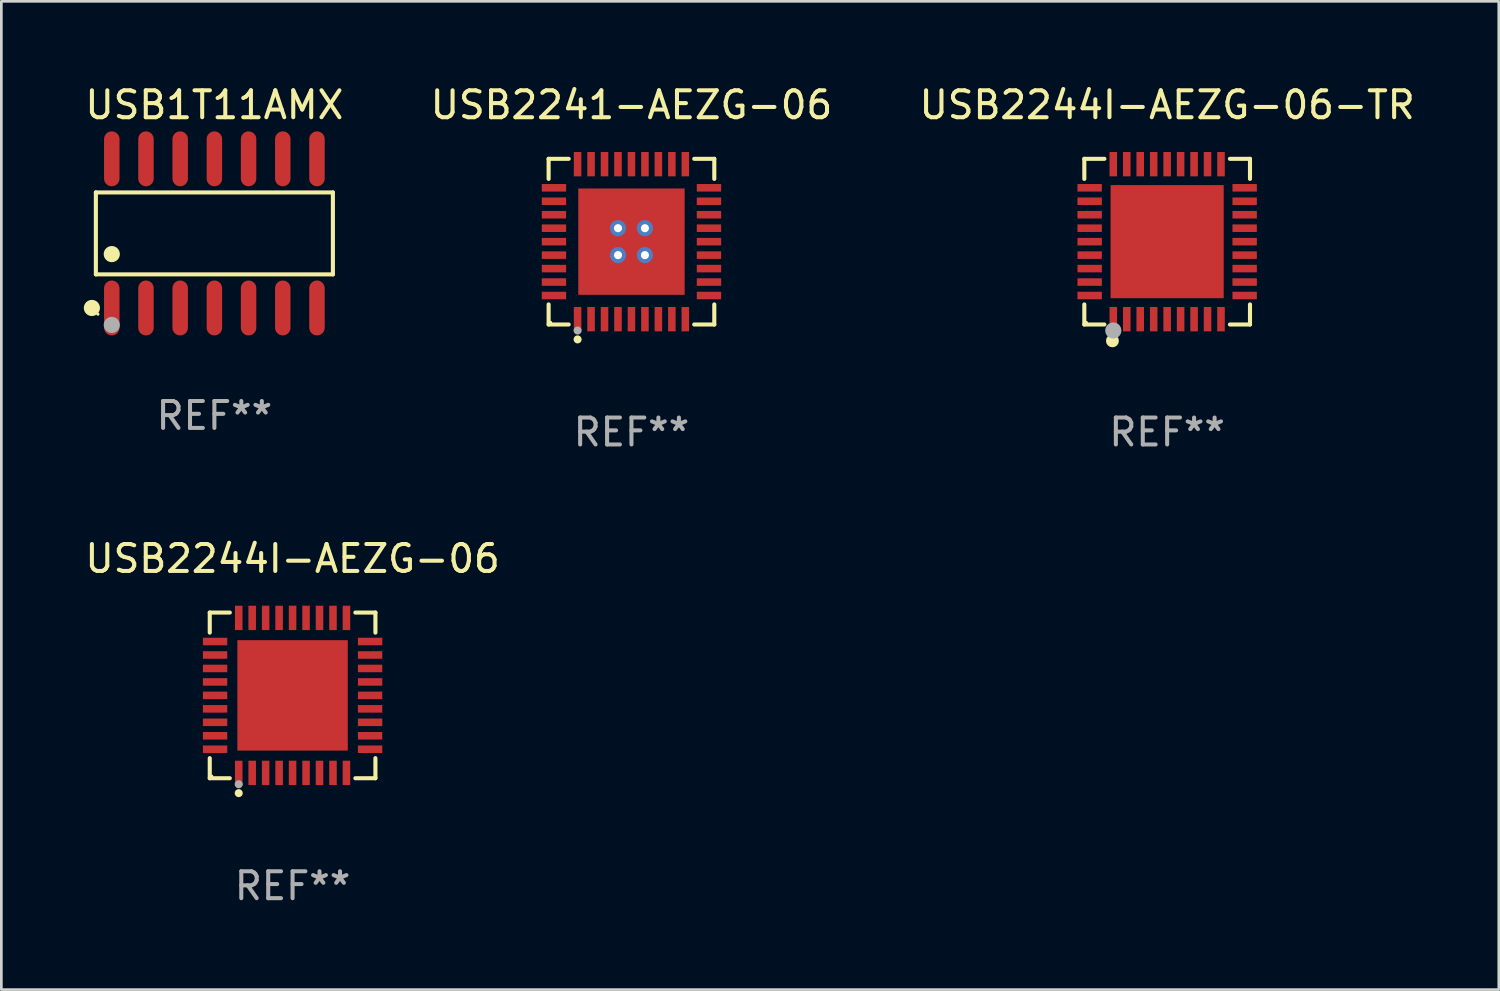
<source format=kicad_pcb>
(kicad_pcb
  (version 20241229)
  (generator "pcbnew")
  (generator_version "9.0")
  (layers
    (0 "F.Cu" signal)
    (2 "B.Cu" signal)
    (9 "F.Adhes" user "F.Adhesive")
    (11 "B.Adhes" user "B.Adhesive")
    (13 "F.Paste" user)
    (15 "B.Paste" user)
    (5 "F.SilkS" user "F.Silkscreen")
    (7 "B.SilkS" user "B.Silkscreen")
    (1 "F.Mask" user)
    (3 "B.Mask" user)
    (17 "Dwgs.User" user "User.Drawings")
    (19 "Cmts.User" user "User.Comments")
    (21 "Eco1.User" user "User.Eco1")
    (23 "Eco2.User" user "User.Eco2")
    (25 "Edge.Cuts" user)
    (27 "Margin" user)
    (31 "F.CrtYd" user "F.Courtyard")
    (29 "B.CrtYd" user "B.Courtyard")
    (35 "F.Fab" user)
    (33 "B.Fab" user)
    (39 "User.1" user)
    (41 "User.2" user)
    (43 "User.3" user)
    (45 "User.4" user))
  (footprint "USB2244I-AEZG-06"
    (layer "F.Cu")
    (at 7.815 22.773)
    (property "Reference" "USB2244I-AEZG-06" (at 0 -5.076 0) (layer "F.SilkS") (effects (font (size 1 1) (thickness 0.15))))
    (attr through_hole)
    (fp_line (start -3.076 -3.076) (end -2.331 -3.076) (stroke (width 0.152) (type solid)) (layer "F.SilkS"))
    (fp_line (start -3.076 -2.331) (end -3.076 -3.076) (stroke (width 0.152) (type solid)) (layer "F.SilkS"))
    (fp_line (start -3.076 2.331) (end -3.076 3.076) (stroke (width 0.152) (type solid)) (layer "F.SilkS"))
    (fp_line (start -3.076 3.076) (end -2.331 3.076) (stroke (width 0.152) (type solid)) (layer "F.SilkS"))
    (fp_line (start 3.076 -3.076) (end 2.331 -3.076) (stroke (width 0.152) (type solid)) (layer "F.SilkS"))
    (fp_line (start 3.076 -2.331) (end 3.076 -3.076) (stroke (width 0.152) (type solid)) (layer "F.SilkS"))
    (fp_line (start 3.076 2.331) (end 3.076 3.076) (stroke (width 0.152) (type solid)) (layer "F.SilkS"))
    (fp_line (start 3.076 3.076) (end 2.331 3.076) (stroke (width 0.152) (type solid)) (layer "F.SilkS"))
    (fp_circle (center -3 3) (end -2.97 3) (stroke (width 0.06) (type solid)) (fill no) (layer "F.SilkS"))
    (fp_circle (center -2 3.63) (end -1.925 3.63) (stroke (width 0.15) (type solid)) (fill no) (layer "F.SilkS"))
    (fp_circle (center -2 3.3) (end -1.925 3.3) (stroke (width 0.15) (type solid)) (fill no) (layer "F.Fab"))
    (fp_text user "REF**" (at 0 7.076 0) (layer "F.Fab") (effects (font (size 1 1) (thickness 0.15))))
    (pad "1" smd rect (at -2 2.878) (size 0.28 0.905) (layers "F.Cu" "F.Mask" "F.Paste"))
    (pad "2" smd rect (at -1.5 2.878) (size 0.28 0.905) (layers "F.Cu" "F.Mask" "F.Paste"))
    (pad "3" smd rect (at -1 2.878) (size 0.28 0.905) (layers "F.Cu" "F.Mask" "F.Paste"))
    (pad "4" smd rect (at -0.5 2.878) (size 0.28 0.905) (layers "F.Cu" "F.Mask" "F.Paste"))
    (pad "5" smd rect (at 0 2.878) (size 0.28 0.905) (layers "F.Cu" "F.Mask" "F.Paste"))
    (pad "6" smd rect (at 0.5 2.878) (size 0.28 0.905) (layers "F.Cu" "F.Mask" "F.Paste"))
    (pad "7" smd rect (at 1 2.878) (size 0.28 0.905) (layers "F.Cu" "F.Mask" "F.Paste"))
    (pad "8" smd rect (at 1.5 2.878) (size 0.28 0.905) (layers "F.Cu" "F.Mask" "F.Paste"))
    (pad "9" smd rect (at 2 2.878) (size 0.28 0.905) (layers "F.Cu" "F.Mask" "F.Paste"))
    (pad "10" smd rect (at 2.878 2) (size 0.905 0.28) (layers "F.Cu" "F.Mask" "F.Paste"))
    (pad "11" smd rect (at 2.878 1.5) (size 0.905 0.28) (layers "F.Cu" "F.Mask" "F.Paste"))
    (pad "12" smd rect (at 2.878 1) (size 0.905 0.28) (layers "F.Cu" "F.Mask" "F.Paste"))
    (pad "13" smd rect (at 2.878 0.5) (size 0.905 0.28) (layers "F.Cu" "F.Mask" "F.Paste"))
    (pad "14" smd rect (at 2.878 0) (size 0.905 0.28) (layers "F.Cu" "F.Mask" "F.Paste"))
    (pad "15" smd rect (at 2.878 -0.5) (size 0.905 0.28) (layers "F.Cu" "F.Mask" "F.Paste"))
    (pad "16" smd rect (at 2.878 -1) (size 0.905 0.28) (layers "F.Cu" "F.Mask" "F.Paste"))
    (pad "17" smd rect (at 2.878 -1.5) (size 0.905 0.28) (layers "F.Cu" "F.Mask" "F.Paste"))
    (pad "18" smd rect (at 2.878 -2) (size 0.905 0.28) (layers "F.Cu" "F.Mask" "F.Paste"))
    (pad "19" smd rect (at 2 -2.878) (size 0.28 0.905) (layers "F.Cu" "F.Mask" "F.Paste"))
    (pad "20" smd rect (at 1.5 -2.878) (size 0.28 0.905) (layers "F.Cu" "F.Mask" "F.Paste"))
    (pad "21" smd rect (at 1 -2.878) (size 0.28 0.905) (layers "F.Cu" "F.Mask" "F.Paste"))
    (pad "22" smd rect (at 0.5 -2.878) (size 0.28 0.905) (layers "F.Cu" "F.Mask" "F.Paste"))
    (pad "23" smd rect (at 0 -2.878) (size 0.28 0.905) (layers "F.Cu" "F.Mask" "F.Paste"))
    (pad "24" smd rect (at -0.5 -2.878) (size 0.28 0.905) (layers "F.Cu" "F.Mask" "F.Paste"))
    (pad "25" smd rect (at -1 -2.878) (size 0.28 0.905) (layers "F.Cu" "F.Mask" "F.Paste"))
    (pad "26" smd rect (at -1.5 -2.878) (size 0.28 0.905) (layers "F.Cu" "F.Mask" "F.Paste"))
    (pad "27" smd rect (at -2 -2.878) (size 0.28 0.905) (layers "F.Cu" "F.Mask" "F.Paste"))
    (pad "28" smd rect (at -2.878 -2) (size 0.905 0.28) (layers "F.Cu" "F.Mask" "F.Paste"))
    (pad "29" smd rect (at -2.878 -1.5) (size 0.905 0.28) (layers "F.Cu" "F.Mask" "F.Paste"))
    (pad "30" smd rect (at -2.878 -1) (size 0.905 0.28) (layers "F.Cu" "F.Mask" "F.Paste"))
    (pad "31" smd rect (at -2.878 -0.5) (size 0.905 0.28) (layers "F.Cu" "F.Mask" "F.Paste"))
    (pad "32" smd rect (at -2.878 0) (size 0.905 0.28) (layers "F.Cu" "F.Mask" "F.Paste"))
    (pad "33" smd rect (at -2.878 0.5) (size 0.905 0.28) (layers "F.Cu" "F.Mask" "F.Paste"))
    (pad "34" smd rect (at -2.878 1) (size 0.905 0.28) (layers "F.Cu" "F.Mask" "F.Paste"))
    (pad "35" smd rect (at -2.878 1.5) (size 0.905 0.28) (layers "F.Cu" "F.Mask" "F.Paste"))
    (pad "36" smd rect (at -2.878 2) (size 0.905 0.28) (layers "F.Cu" "F.Mask" "F.Paste"))
    (pad "37" smd rect (at 0 0) (size 4.1 4.1) (layers "F.Cu" "F.Mask" "F.Paste")))
  (footprint "USB1T11AMX"
    (layer "F.Cu")
    (at 4.911 5.617)
    (property "Reference" "USB1T11AMX" (at 0 -4.769 0) (layer "F.SilkS") (effects (font (size 1 1) (thickness 0.15))))
    (attr through_hole)
    (fp_line (start -4.401 -1.521) (end 4.401 -1.521) (stroke (width 0.152) (type solid)) (layer "F.SilkS"))
    (fp_line (start -4.401 1.521) (end -4.401 -1.521) (stroke (width 0.152) (type solid)) (layer "F.SilkS"))
    (fp_line (start 4.401 -1.521) (end 4.401 1.521) (stroke (width 0.152) (type solid)) (layer "F.SilkS"))
    (fp_line (start 4.401 1.521) (end -4.401 1.521) (stroke (width 0.152) (type solid)) (layer "F.SilkS"))
    (fp_circle (center -4.549 2.769) (end -4.399 2.769) (stroke (width 0.3) (type solid)) (fill no) (layer "F.SilkS"))
    (fp_circle (center -4.325 3) (end -4.295 3) (stroke (width 0.06) (type solid)) (fill no) (layer "F.SilkS"))
    (fp_circle (center -3.81 0.769) (end -3.66 0.769) (stroke (width 0.3) (type solid)) (fill no) (layer "F.SilkS"))
    (fp_circle (center -3.81 3.4) (end -3.66 3.4) (stroke (width 0.3) (type solid)) (fill no) (layer "F.Fab"))
    (fp_text user "REF**" (at 0 6.769 0) (layer "F.Fab") (effects (font (size 1 1) (thickness 0.15))))
    (pad "1" smd oval (at -3.81 2.769) (size 0.574 2.038) (layers "F.Cu" "F.Mask" "F.Paste"))
    (pad "2" smd oval (at -2.54 2.769) (size 0.574 2.038) (layers "F.Cu" "F.Mask" "F.Paste"))
    (pad "3" smd oval (at -1.27 2.769) (size 0.574 2.038) (layers "F.Cu" "F.Mask" "F.Paste"))
    (pad "4" smd oval (at 0 2.769) (size 0.574 2.038) (layers "F.Cu" "F.Mask" "F.Paste"))
    (pad "5" smd oval (at 1.27 2.769) (size 0.574 2.038) (layers "F.Cu" "F.Mask" "F.Paste"))
    (pad "6" smd oval (at 2.54 2.769) (size 0.574 2.038) (layers "F.Cu" "F.Mask" "F.Paste"))
    (pad "7" smd oval (at 3.81 2.769) (size 0.574 2.038) (layers "F.Cu" "F.Mask" "F.Paste"))
    (pad "8" smd oval (at 3.81 -2.769) (size 0.574 2.038) (layers "F.Cu" "F.Mask" "F.Paste"))
    (pad "9" smd oval (at 2.54 -2.769) (size 0.574 2.038) (layers "F.Cu" "F.Mask" "F.Paste"))
    (pad "10" smd oval (at 1.27 -2.769) (size 0.574 2.038) (layers "F.Cu" "F.Mask" "F.Paste"))
    (pad "11" smd oval (at 0 -2.769) (size 0.574 2.038) (layers "F.Cu" "F.Mask" "F.Paste"))
    (pad "12" smd oval (at -1.27 -2.769) (size 0.574 2.038) (layers "F.Cu" "F.Mask" "F.Paste"))
    (pad "13" smd oval (at -2.54 -2.769) (size 0.574 2.038) (layers "F.Cu" "F.Mask" "F.Paste"))
    (pad "14" smd oval (at -3.81 -2.769) (size 0.574 2.038) (layers "F.Cu" "F.Mask" "F.Paste")))
  (footprint "USB2244I-AEZG-06-TR"
    (layer "F.Cu")
    (at 40.292 5.924)
    (property "Reference" "USB2244I-AEZG-06-TR" (at 0 -5.076 0) (layer "F.SilkS") (effects (font (size 1 1) (thickness 0.15))))
    (attr through_hole)
    (fp_line (start -3.076 -3.076) (end -2.331 -3.076) (stroke (width 0.152) (type solid)) (layer "F.SilkS"))
    (fp_line (start -3.076 -2.331) (end -3.076 -3.076) (stroke (width 0.152) (type solid)) (layer "F.SilkS"))
    (fp_line (start -3.076 2.331) (end -3.076 3.076) (stroke (width 0.152) (type solid)) (layer "F.SilkS"))
    (fp_line (start -3.076 3.076) (end -2.331 3.076) (stroke (width 0.152) (type solid)) (layer "F.SilkS"))
    (fp_line (start 3.076 -3.076) (end 2.331 -3.076) (stroke (width 0.152) (type solid)) (layer "F.SilkS"))
    (fp_line (start 3.076 -2.331) (end 3.076 -3.076) (stroke (width 0.152) (type solid)) (layer "F.SilkS"))
    (fp_line (start 3.076 2.331) (end 3.076 3.076) (stroke (width 0.152) (type solid)) (layer "F.SilkS"))
    (fp_line (start 3.076 3.076) (end 2.331 3.076) (stroke (width 0.152) (type solid)) (layer "F.SilkS"))
    (fp_circle (center -3 3) (end -2.97 3) (stroke (width 0.06) (type solid)) (fill no) (layer "F.SilkS"))
    (fp_circle (center -2.032 3.683) (end -1.912 3.683) (stroke (width 0.24) (type solid)) (fill no) (layer "F.SilkS"))
    (fp_circle (center -2 3.3) (end -1.85 3.3) (stroke (width 0.3) (type solid)) (fill no) (layer "F.Fab"))
    (fp_text user "REF**" (at 0 7.076 0) (layer "F.Fab") (effects (font (size 1 1) (thickness 0.15))))
    (pad "1" smd rect (at -2 2.878) (size 0.28 0.905) (layers "F.Cu" "F.Mask" "F.Paste"))
    (pad "2" smd rect (at -1.5 2.878) (size 0.28 0.905) (layers "F.Cu" "F.Mask" "F.Paste"))
    (pad "3" smd rect (at -1 2.878) (size 0.28 0.905) (layers "F.Cu" "F.Mask" "F.Paste"))
    (pad "4" smd rect (at -0.5 2.878) (size 0.28 0.905) (layers "F.Cu" "F.Mask" "F.Paste"))
    (pad "5" smd rect (at 0 2.878) (size 0.28 0.905) (layers "F.Cu" "F.Mask" "F.Paste"))
    (pad "6" smd rect (at 0.5 2.878) (size 0.28 0.905) (layers "F.Cu" "F.Mask" "F.Paste"))
    (pad "7" smd rect (at 1 2.878) (size 0.28 0.905) (layers "F.Cu" "F.Mask" "F.Paste"))
    (pad "8" smd rect (at 1.5 2.878) (size 0.28 0.905) (layers "F.Cu" "F.Mask" "F.Paste"))
    (pad "9" smd rect (at 2 2.878) (size 0.28 0.905) (layers "F.Cu" "F.Mask" "F.Paste"))
    (pad "10" smd rect (at 2.878 2) (size 0.905 0.28) (layers "F.Cu" "F.Mask" "F.Paste"))
    (pad "11" smd rect (at 2.878 1.5) (size 0.905 0.28) (layers "F.Cu" "F.Mask" "F.Paste"))
    (pad "12" smd rect (at 2.878 1) (size 0.905 0.28) (layers "F.Cu" "F.Mask" "F.Paste"))
    (pad "13" smd rect (at 2.878 0.5) (size 0.905 0.28) (layers "F.Cu" "F.Mask" "F.Paste"))
    (pad "14" smd rect (at 2.878 0) (size 0.905 0.28) (layers "F.Cu" "F.Mask" "F.Paste"))
    (pad "15" smd rect (at 2.878 -0.5) (size 0.905 0.28) (layers "F.Cu" "F.Mask" "F.Paste"))
    (pad "16" smd rect (at 2.878 -1) (size 0.905 0.28) (layers "F.Cu" "F.Mask" "F.Paste"))
    (pad "17" smd rect (at 2.878 -1.5) (size 0.905 0.28) (layers "F.Cu" "F.Mask" "F.Paste"))
    (pad "18" smd rect (at 2.878 -2) (size 0.905 0.28) (layers "F.Cu" "F.Mask" "F.Paste"))
    (pad "19" smd rect (at 2 -2.878) (size 0.28 0.905) (layers "F.Cu" "F.Mask" "F.Paste"))
    (pad "20" smd rect (at 1.5 -2.878) (size 0.28 0.905) (layers "F.Cu" "F.Mask" "F.Paste"))
    (pad "21" smd rect (at 1 -2.878) (size 0.28 0.905) (layers "F.Cu" "F.Mask" "F.Paste"))
    (pad "22" smd rect (at 0.5 -2.878) (size 0.28 0.905) (layers "F.Cu" "F.Mask" "F.Paste"))
    (pad "23" smd rect (at 0 -2.878) (size 0.28 0.905) (layers "F.Cu" "F.Mask" "F.Paste"))
    (pad "24" smd rect (at -0.5 -2.878) (size 0.28 0.905) (layers "F.Cu" "F.Mask" "F.Paste"))
    (pad "25" smd rect (at -1 -2.878) (size 0.28 0.905) (layers "F.Cu" "F.Mask" "F.Paste"))
    (pad "26" smd rect (at -1.5 -2.878) (size 0.28 0.905) (layers "F.Cu" "F.Mask" "F.Paste"))
    (pad "27" smd rect (at -2 -2.878) (size 0.28 0.905) (layers "F.Cu" "F.Mask" "F.Paste"))
    (pad "28" smd rect (at -2.878 -2) (size 0.905 0.28) (layers "F.Cu" "F.Mask" "F.Paste"))
    (pad "29" smd rect (at -2.878 -1.5) (size 0.905 0.28) (layers "F.Cu" "F.Mask" "F.Paste"))
    (pad "30" smd rect (at -2.878 -1) (size 0.905 0.28) (layers "F.Cu" "F.Mask" "F.Paste"))
    (pad "31" smd rect (at -2.878 -0.5) (size 0.905 0.28) (layers "F.Cu" "F.Mask" "F.Paste"))
    (pad "32" smd rect (at -2.878 0) (size 0.905 0.28) (layers "F.Cu" "F.Mask" "F.Paste"))
    (pad "33" smd rect (at -2.878 0.5) (size 0.905 0.28) (layers "F.Cu" "F.Mask" "F.Paste"))
    (pad "34" smd rect (at -2.878 1) (size 0.905 0.28) (layers "F.Cu" "F.Mask" "F.Paste"))
    (pad "35" smd rect (at -2.878 1.5) (size 0.905 0.28) (layers "F.Cu" "F.Mask" "F.Paste"))
    (pad "36" smd rect (at -2.878 2) (size 0.905 0.28) (layers "F.Cu" "F.Mask" "F.Paste"))
    (pad "37" smd rect (at 0 0) (size 4.2 4.2) (layers "F.Cu" "F.Mask" "F.Paste")))
  (footprint "USB2241-AEZG-06"
    (layer "F.Cu")
    (at 20.399 5.924)
    (property "Reference" "USB2241-AEZG-06" (at 0 -5.076 0) (layer "F.SilkS") (effects (font (size 1 1) (thickness 0.15))))
    (attr through_hole)
    (fp_line (start -3.076 -3.076) (end -2.331 -3.076) (stroke (width 0.152) (type solid)) (layer "F.SilkS"))
    (fp_line (start -3.076 -2.331) (end -3.076 -3.076) (stroke (width 0.152) (type solid)) (layer "F.SilkS"))
    (fp_line (start -3.076 2.331) (end -3.076 3.076) (stroke (width 0.152) (type solid)) (layer "F.SilkS"))
    (fp_line (start -3.076 3.076) (end -2.331 3.076) (stroke (width 0.152) (type solid)) (layer "F.SilkS"))
    (fp_line (start 3.076 -3.076) (end 2.331 -3.076) (stroke (width 0.152) (type solid)) (layer "F.SilkS"))
    (fp_line (start 3.076 -2.331) (end 3.076 -3.076) (stroke (width 0.152) (type solid)) (layer "F.SilkS"))
    (fp_line (start 3.076 2.331) (end 3.076 3.076) (stroke (width 0.152) (type solid)) (layer "F.SilkS"))
    (fp_line (start 3.076 3.076) (end 2.331 3.076) (stroke (width 0.152) (type solid)) (layer "F.SilkS"))
    (fp_circle (center -3 3) (end -2.97 3) (stroke (width 0.06) (type solid)) (fill no) (layer "F.SilkS"))
    (fp_circle (center -2 3.63) (end -1.925 3.63) (stroke (width 0.15) (type solid)) (fill no) (layer "F.SilkS"))
    (fp_circle (center -2 3.3) (end -1.925 3.3) (stroke (width 0.15) (type solid)) (fill no) (layer "F.Fab"))
    (fp_text user "REF**" (at 0 7.076 0) (layer "F.Fab") (effects (font (size 1 1) (thickness 0.15))))
    (pad "1" smd rect (at -2 2.878) (size 0.28 0.905) (layers "F.Cu" "F.Mask" "F.Paste"))
    (pad "2" smd rect (at -1.5 2.878) (size 0.28 0.905) (layers "F.Cu" "F.Mask" "F.Paste"))
    (pad "3" smd rect (at -1 2.878) (size 0.28 0.905) (layers "F.Cu" "F.Mask" "F.Paste"))
    (pad "4" smd rect (at -0.5 2.878) (size 0.28 0.905) (layers "F.Cu" "F.Mask" "F.Paste"))
    (pad "5" smd rect (at 0 2.878) (size 0.28 0.905) (layers "F.Cu" "F.Mask" "F.Paste"))
    (pad "6" smd rect (at 0.5 2.878) (size 0.28 0.905) (layers "F.Cu" "F.Mask" "F.Paste"))
    (pad "7" smd rect (at 1 2.878) (size 0.28 0.905) (layers "F.Cu" "F.Mask" "F.Paste"))
    (pad "8" smd rect (at 1.5 2.878) (size 0.28 0.905) (layers "F.Cu" "F.Mask" "F.Paste"))
    (pad "9" smd rect (at 2 2.878) (size 0.28 0.905) (layers "F.Cu" "F.Mask" "F.Paste"))
    (pad "10" smd rect (at 2.878 2) (size 0.905 0.28) (layers "F.Cu" "F.Mask" "F.Paste"))
    (pad "11" smd rect (at 2.878 1.5) (size 0.905 0.28) (layers "F.Cu" "F.Mask" "F.Paste"))
    (pad "12" smd rect (at 2.878 1) (size 0.905 0.28) (layers "F.Cu" "F.Mask" "F.Paste"))
    (pad "13" smd rect (at 2.878 0.5) (size 0.905 0.28) (layers "F.Cu" "F.Mask" "F.Paste"))
    (pad "14" smd rect (at 2.878 0) (size 0.905 0.28) (layers "F.Cu" "F.Mask" "F.Paste"))
    (pad "15" smd rect (at 2.878 -0.5) (size 0.905 0.28) (layers "F.Cu" "F.Mask" "F.Paste"))
    (pad "16" smd rect (at 2.878 -1) (size 0.905 0.28) (layers "F.Cu" "F.Mask" "F.Paste"))
    (pad "17" smd rect (at 2.878 -1.5) (size 0.905 0.28) (layers "F.Cu" "F.Mask" "F.Paste"))
    (pad "18" smd rect (at 2.878 -2) (size 0.905 0.28) (layers "F.Cu" "F.Mask" "F.Paste"))
    (pad "19" smd rect (at 2 -2.878) (size 0.28 0.905) (layers "F.Cu" "F.Mask" "F.Paste"))
    (pad "20" smd rect (at 1.5 -2.878) (size 0.28 0.905) (layers "F.Cu" "F.Mask" "F.Paste"))
    (pad "21" smd rect (at 1 -2.878) (size 0.28 0.905) (layers "F.Cu" "F.Mask" "F.Paste"))
    (pad "22" smd rect (at 0.5 -2.878) (size 0.28 0.905) (layers "F.Cu" "F.Mask" "F.Paste"))
    (pad "23" smd rect (at 0 -2.878) (size 0.28 0.905) (layers "F.Cu" "F.Mask" "F.Paste"))
    (pad "24" smd rect (at -0.5 -2.878) (size 0.28 0.905) (layers "F.Cu" "F.Mask" "F.Paste"))
    (pad "25" smd rect (at -1 -2.878) (size 0.28 0.905) (layers "F.Cu" "F.Mask" "F.Paste"))
    (pad "26" smd rect (at -1.5 -2.878) (size 0.28 0.905) (layers "F.Cu" "F.Mask" "F.Paste"))
    (pad "27" smd rect (at -2 -2.878) (size 0.28 0.905) (layers "F.Cu" "F.Mask" "F.Paste"))
    (pad "28" smd rect (at -2.878 -2) (size 0.905 0.28) (layers "F.Cu" "F.Mask" "F.Paste"))
    (pad "29" smd rect (at -2.878 -1.5) (size 0.905 0.28) (layers "F.Cu" "F.Mask" "F.Paste"))
    (pad "30" smd rect (at -2.878 -1) (size 0.905 0.28) (layers "F.Cu" "F.Mask" "F.Paste"))
    (pad "31" smd rect (at -2.878 -0.5) (size 0.905 0.28) (layers "F.Cu" "F.Mask" "F.Paste"))
    (pad "32" smd rect (at -2.878 0) (size 0.905 0.28) (layers "F.Cu" "F.Mask" "F.Paste"))
    (pad "33" smd rect (at -2.878 0.5) (size 0.905 0.28) (layers "F.Cu" "F.Mask" "F.Paste"))
    (pad "34" smd rect (at -2.878 1) (size 0.905 0.28) (layers "F.Cu" "F.Mask" "F.Paste"))
    (pad "35" smd rect (at -2.878 1.5) (size 0.905 0.28) (layers "F.Cu" "F.Mask" "F.Paste"))
    (pad "36" smd rect (at -2.878 2) (size 0.905 0.28) (layers "F.Cu" "F.Mask" "F.Paste"))
    (pad "37" thru_hole circle (at -0.5 -0.5) (size 0.6 0.6) (drill 0.3) (layers "*.Cu" "*.Mask"))
    (pad "37" thru_hole circle (at -0.5 0.5) (size 0.6 0.6) (drill 0.3) (layers "*.Cu" "*.Mask"))
    (pad "37" smd rect (at 0 0) (size 3.95 3.95) (layers "F.Cu" "F.Mask" "F.Paste"))
    (pad "37" thru_hole circle (at 0.5 -0.5) (size 0.6 0.6) (drill 0.3) (layers "*.Cu" "*.Mask"))
    (pad "37" thru_hole circle (at 0.5 0.5) (size 0.6 0.6) (drill 0.3) (layers "*.Cu" "*.Mask")))
  (gr_rect
    (start -3 -3)
    (end 52.607 33.698)
    (stroke (width 0.1) (type default))
    (fill no)
    (layer "Edge.Cuts")))
</source>
